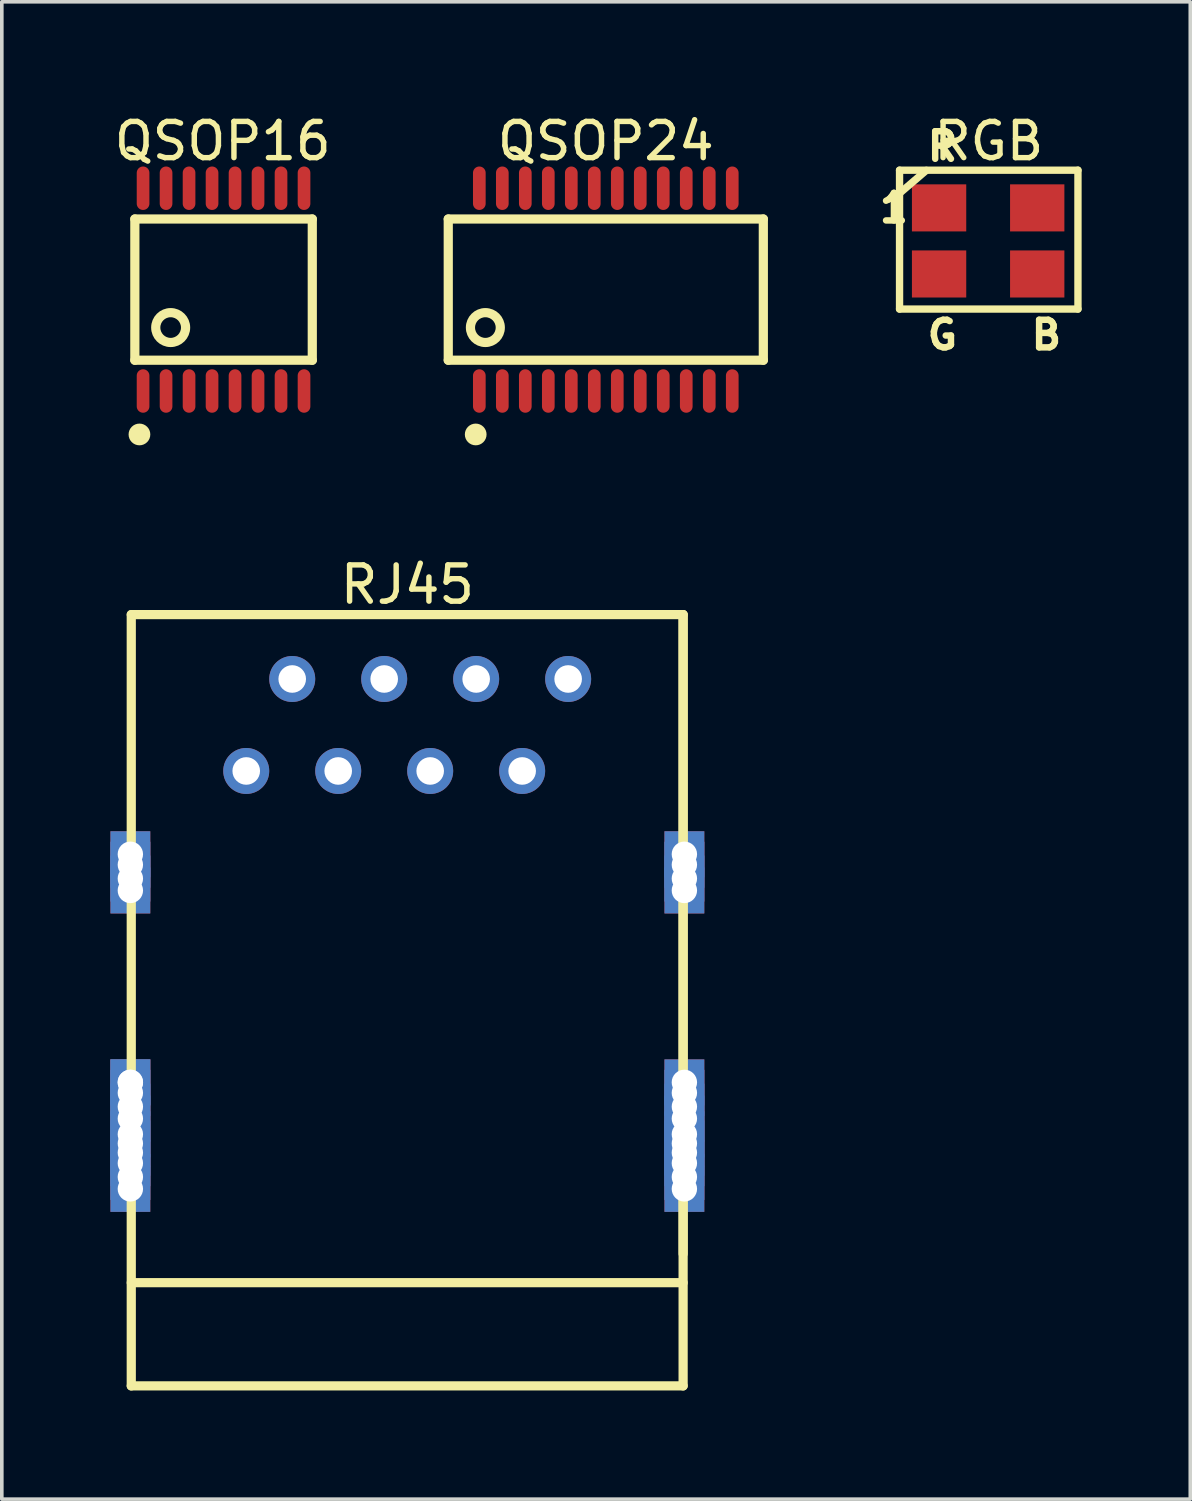
<source format=kicad_pcb>
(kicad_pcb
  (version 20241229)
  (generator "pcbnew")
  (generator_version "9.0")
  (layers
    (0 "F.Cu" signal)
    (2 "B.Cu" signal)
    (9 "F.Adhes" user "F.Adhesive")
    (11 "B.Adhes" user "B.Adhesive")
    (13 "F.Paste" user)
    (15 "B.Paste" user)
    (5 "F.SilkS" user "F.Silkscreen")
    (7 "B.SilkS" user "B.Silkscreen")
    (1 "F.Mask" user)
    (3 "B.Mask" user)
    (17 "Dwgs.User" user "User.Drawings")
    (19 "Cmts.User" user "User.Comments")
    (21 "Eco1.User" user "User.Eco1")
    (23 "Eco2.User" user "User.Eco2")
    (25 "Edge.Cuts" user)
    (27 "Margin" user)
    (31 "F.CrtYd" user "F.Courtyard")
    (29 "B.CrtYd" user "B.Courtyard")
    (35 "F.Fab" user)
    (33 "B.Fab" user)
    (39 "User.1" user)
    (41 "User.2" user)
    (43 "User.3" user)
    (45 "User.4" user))
  (footprint "RGB"
    (layer "F.Cu")
    (at 22.884 2.691)
    (property "Reference" "RGB" (at 1.372 -1.843 0) (layer "F.SilkS") (effects (font (size 1 1) (thickness 0.15))))
    (fp_line (start -1.092 -1.041) (end 3.835 -1.041) (stroke (width 0.203) (type solid)) (layer "F.SilkS"))
    (fp_line (start -1.092 2.794) (end -1.092 -1.041) (stroke (width 0.203) (type solid)) (layer "F.SilkS"))
    (fp_line (start -1.092 2.794) (end 3.835 2.794) (stroke (width 0.203) (type solid)) (layer "F.SilkS"))
    (fp_line (start -1.09 -0.404) (end -0.352 -1.037) (stroke (width 0.203) (type solid)) (layer "F.SilkS"))
    (fp_line (start 3.835 2.794) (end 3.835 -1.041) (stroke (width 0.203) (type solid)) (layer "F.SilkS"))
    (fp_text user "R" (at -0.406 -1.253 0) (unlocked yes) (layer "F.SilkS") (effects (font (size 0.762 0.762) (thickness 0.178)) (justify left bottom)))
    (fp_text user "1" (at -1.727 0.449 0) (unlocked yes) (layer "F.SilkS") (effects (font (size 0.762 0.762) (thickness 0.178)) (justify left bottom)))
    (fp_text user "G" (at -0.406 3.954 0) (unlocked yes) (layer "F.SilkS") (effects (font (size 0.762 0.762) (thickness 0.178)) (justify left bottom)))
    (fp_text user "B" (at 2.464 3.954 0) (unlocked yes) (layer "F.SilkS") (effects (font (size 0.762 0.762) (thickness 0.178)) (justify left bottom)))
    (pad "1" smd rect (at 0 0) (size 1.5 1.3) (layers "F.Cu" "F.Mask" "F.Paste"))
    (pad "2" smd rect (at 2.71 0) (size 1.5 1.3) (layers "F.Cu" "F.Mask" "F.Paste"))
    (pad "3" smd rect (at 0 1.825) (size 1.5 1.3) (layers "F.Cu" "F.Mask" "F.Paste"))
    (pad "4" smd rect (at 2.71 1.825) (size 1.5 1.3) (layers "F.Cu" "F.Mask" "F.Paste")))
  (footprint "QSOP24"
    (layer "F.Cu")
    (at 10.187 7.748)
    (property "Reference" "QSOP24" (at 3.493 -6.9 0) (layer "F.SilkS") (effects (font (size 1 1) (thickness 0.15))))
    (fp_line (start -0.858 -4.75) (end 7.843 -4.75) (stroke (width 0.254) (type solid)) (layer "F.SilkS"))
    (fp_line (start -0.858 -0.85) (end -0.858 -4.75) (stroke (width 0.254) (type solid)) (layer "F.SilkS"))
    (fp_line (start -0.858 -0.85) (end 7.843 -0.85) (stroke (width 0.254) (type solid)) (layer "F.SilkS"))
    (fp_line (start 7.843 -0.85) (end 7.843 -4.75) (stroke (width 0.254) (type solid)) (layer "F.SilkS"))
    (fp_circle (center -0.1 1.2) (end -0.1 1.05) (stroke (width 0.3) (type solid)) (fill no) (layer "F.SilkS"))
    (fp_circle (center 0.167 -1.752) (end 0.167 -2.164) (stroke (width 0.254) (type solid)) (fill no) (layer "F.SilkS"))
    (pad "1" smd oval (at 0 0 90) (size 1.2 0.35) (layers "F.Cu" "F.Mask" "F.Paste"))
    (pad "2" smd oval (at 0.635 0 90) (size 1.2 0.35) (layers "F.Cu" "F.Mask" "F.Paste"))
    (pad "3" smd oval (at 1.27 0 90) (size 1.2 0.35) (layers "F.Cu" "F.Mask" "F.Paste"))
    (pad "4" smd oval (at 1.905 0 90) (size 1.2 0.35) (layers "F.Cu" "F.Mask" "F.Paste"))
    (pad "5" smd oval (at 2.54 0 90) (size 1.2 0.35) (layers "F.Cu" "F.Mask" "F.Paste"))
    (pad "6" smd oval (at 3.175 0 90) (size 1.2 0.35) (layers "F.Cu" "F.Mask" "F.Paste"))
    (pad "7" smd oval (at 3.81 0 90) (size 1.2 0.35) (layers "F.Cu" "F.Mask" "F.Paste"))
    (pad "8" smd oval (at 4.445 0 90) (size 1.2 0.35) (layers "F.Cu" "F.Mask" "F.Paste"))
    (pad "9" smd oval (at 5.08 0 90) (size 1.2 0.35) (layers "F.Cu" "F.Mask" "F.Paste"))
    (pad "10" smd oval (at 5.715 0 90) (size 1.2 0.35) (layers "F.Cu" "F.Mask" "F.Paste"))
    (pad "11" smd oval (at 6.35 0 90) (size 1.2 0.35) (layers "F.Cu" "F.Mask" "F.Paste"))
    (pad "12" smd oval (at 6.985 0 90) (size 1.2 0.35) (layers "F.Cu" "F.Mask" "F.Paste"))
    (pad "13" smd oval (at 6.985 -5.6 90) (size 1.2 0.35) (layers "F.Cu" "F.Mask" "F.Paste"))
    (pad "14" smd oval (at 6.35 -5.6 90) (size 1.2 0.35) (layers "F.Cu" "F.Mask" "F.Paste"))
    (pad "15" smd oval (at 5.715 -5.6 90) (size 1.2 0.35) (layers "F.Cu" "F.Mask" "F.Paste"))
    (pad "16" smd oval (at 5.08 -5.6 90) (size 1.2 0.35) (layers "F.Cu" "F.Mask" "F.Paste"))
    (pad "17" smd oval (at 4.445 -5.6 90) (size 1.2 0.35) (layers "F.Cu" "F.Mask" "F.Paste"))
    (pad "18" smd oval (at 3.81 -5.6 90) (size 1.2 0.35) (layers "F.Cu" "F.Mask" "F.Paste"))
    (pad "19" smd oval (at 3.175 -5.6 90) (size 1.2 0.35) (layers "F.Cu" "F.Mask" "F.Paste"))
    (pad "20" smd oval (at 2.54 -5.6 90) (size 1.2 0.35) (layers "F.Cu" "F.Mask" "F.Paste"))
    (pad "21" smd oval (at 1.905 -5.6 90) (size 1.2 0.35) (layers "F.Cu" "F.Mask" "F.Paste"))
    (pad "22" smd oval (at 1.27 -5.6 90) (size 1.2 0.35) (layers "F.Cu" "F.Mask" "F.Paste"))
    (pad "23" smd oval (at 0.635 -5.6 90) (size 1.2 0.35) (layers "F.Cu" "F.Mask" "F.Paste"))
    (pad "24" smd oval (at 0 -5.6 90) (size 1.2 0.35) (layers "F.Cu" "F.Mask" "F.Paste")))
  (footprint "RJ45"
    (layer "F.Cu")
    (at 3.75 18.241)
    (property "Reference" "RJ45" (at 4.45 -5.145 0) (layer "F.SilkS") (effects (font (size 1 1) (thickness 0.15))))
    (fp_line (start -3.175 -4.318) (end 12.065 -4.318) (stroke (width 0.254) (type solid)) (layer "F.SilkS"))
    (fp_line (start -3.175 14.132) (end 12.065 14.132) (stroke (width 0.254) (type solid)) (layer "F.SilkS"))
    (fp_line (start -3.175 16.982) (end -3.175 -4.318) (stroke (width 0.254) (type solid)) (layer "F.SilkS"))
    (fp_line (start -3.175 16.982) (end 12.065 16.982) (stroke (width 0.254) (type solid)) (layer "F.SilkS"))
    (fp_line (start 12.065 13.335) (end 12.065 -4.318) (stroke (width 0.254) (type solid)) (layer "F.SilkS"))
    (fp_line (start 12.065 16.982) (end 12.065 -4.318) (stroke (width 0.254) (type solid)) (layer "F.SilkS"))
    (fp_circle (center -1.245 6.071) (end -1.245 4.42) (stroke (width 0.229) (type solid)) (fill no) (layer "User.1"))
    (fp_circle (center 10.262 6.071) (end 10.262 4.42) (stroke (width 0.229) (type solid)) (fill no) (layer "User.1"))
    (pad "0" thru_hole rect (at -3.2 2.3 180) (size 1.1 1.27) (drill 0.701) (layers "*.Cu" "*.Mask"))
    (pad "0" thru_hole rect (at -3.2 2.59 180) (size 1.1 1.27) (drill 0.701) (layers "*.Cu" "*.Mask"))
    (pad "0" thru_hole rect (at -3.2 2.971 180) (size 1.1 1.27) (drill 0.701) (layers "*.Cu" "*.Mask"))
    (pad "0" thru_hole rect (at -3.2 3.3 180) (size 1.1 1.27) (drill 0.701) (layers "*.Cu" "*.Mask"))
    (pad "0" thru_hole rect (at -3.2 8.6 180) (size 1.1 1.27) (drill 0.701) (layers "*.Cu" "*.Mask"))
    (pad "0" thru_hole rect (at -3.2 8.6 180) (size 1.1 1.27) (drill 0.701) (layers "*.Cu" "*.Mask"))
    (pad "0" thru_hole rect (at -3.2 8.89 180) (size 1.1 1.27) (drill 0.701) (layers "*.Cu" "*.Mask"))
    (pad "0" thru_hole rect (at -3.2 9.271 180) (size 1.1 1.27) (drill 0.701) (layers "*.Cu" "*.Mask"))
    (pad "0" thru_hole rect (at -3.2 9.6 180) (size 1.1 1.27) (drill 0.701) (layers "*.Cu" "*.Mask"))
    (pad "0" thru_hole rect (at -3.2 10.033 180) (size 1.1 1.27) (drill 0.701) (layers "*.Cu" "*.Mask"))
    (pad "0" thru_hole rect (at -3.2 10.287 180) (size 1.1 1.27) (drill 0.701) (layers "*.Cu" "*.Mask"))
    (pad "0" thru_hole rect (at -3.2 10.541 180) (size 1.1 1.27) (drill 0.701) (layers "*.Cu" "*.Mask"))
    (pad "0" thru_hole rect (at -3.2 10.831 180) (size 1.1 1.27) (drill 0.701) (layers "*.Cu" "*.Mask"))
    (pad "0" thru_hole rect (at -3.2 11.212 180) (size 1.1 1.27) (drill 0.701) (layers "*.Cu" "*.Mask"))
    (pad "0" thru_hole rect (at -3.2 11.541 180) (size 1.1 1.27) (drill 0.701) (layers "*.Cu" "*.Mask"))
    (pad "0" thru_hole rect (at 12.1 2.3 180) (size 1.1 1.27) (drill 0.701) (layers "*.Cu" "*.Mask"))
    (pad "0" thru_hole rect (at 12.1 2.59 180) (size 1.1 1.27) (drill 0.701) (layers "*.Cu" "*.Mask"))
    (pad "0" thru_hole rect (at 12.1 2.971 180) (size 1.1 1.27) (drill 0.701) (layers "*.Cu" "*.Mask"))
    (pad "0" thru_hole rect (at 12.1 3.3 180) (size 1.1 1.27) (drill 0.701) (layers "*.Cu" "*.Mask"))
    (pad "0" thru_hole rect (at 12.1 8.6 180) (size 1.1 1.27) (drill 0.701) (layers "*.Cu" "*.Mask"))
    (pad "0" thru_hole rect (at 12.1 8.89 180) (size 1.1 1.27) (drill 0.701) (layers "*.Cu" "*.Mask"))
    (pad "0" thru_hole rect (at 12.1 9.271 180) (size 1.1 1.27) (drill 0.701) (layers "*.Cu" "*.Mask"))
    (pad "0" thru_hole rect (at 12.1 9.6 180) (size 1.1 1.27) (drill 0.701) (layers "*.Cu" "*.Mask"))
    (pad "0" thru_hole rect (at 12.1 10.033 180) (size 1.1 1.27) (drill 0.701) (layers "*.Cu" "*.Mask"))
    (pad "0" thru_hole rect (at 12.1 10.287 180) (size 1.1 1.27) (drill 0.701) (layers "*.Cu" "*.Mask"))
    (pad "0" thru_hole rect (at 12.1 10.541 180) (size 1.1 1.27) (drill 0.701) (layers "*.Cu" "*.Mask"))
    (pad "0" thru_hole rect (at 12.1 10.831 180) (size 1.1 1.27) (drill 0.701) (layers "*.Cu" "*.Mask"))
    (pad "0" thru_hole rect (at 12.1 11.212 180) (size 1.1 1.27) (drill 0.701) (layers "*.Cu" "*.Mask"))
    (pad "0" thru_hole rect (at 12.1 11.541 180) (size 1.1 1.27) (drill 0.701) (layers "*.Cu" "*.Mask"))
    (pad "1" thru_hole circle (at 0 0 90) (size 1.27 1.27) (drill 0.762) (layers "*.Cu" "*.Mask"))
    (pad "2" thru_hole circle (at 1.27 -2.54 90) (size 1.27 1.27) (drill 0.762) (layers "*.Cu" "*.Mask"))
    (pad "3" thru_hole circle (at 2.54 0 90) (size 1.27 1.27) (drill 0.762) (layers "*.Cu" "*.Mask"))
    (pad "4" thru_hole circle (at 3.81 -2.54 90) (size 1.27 1.27) (drill 0.762) (layers "*.Cu" "*.Mask"))
    (pad "5" thru_hole circle (at 5.08 0 90) (size 1.27 1.27) (drill 0.762) (layers "*.Cu" "*.Mask"))
    (pad "6" thru_hole circle (at 6.35 -2.54 90) (size 1.27 1.27) (drill 0.762) (layers "*.Cu" "*.Mask"))
    (pad "7" thru_hole circle (at 7.62 0 90) (size 1.27 1.27) (drill 0.762) (layers "*.Cu" "*.Mask"))
    (pad "8" thru_hole circle (at 8.89 -2.54 90) (size 1.27 1.27) (drill 0.762) (layers "*.Cu" "*.Mask"))
    (zone (net_name "") (layers "F.Cu" "B.Cu") (hatch edge 0.5) (connect_pads) (min_thickness 0.25) (filled_areas_thickness no) (keepout (tracks not_allowed) (vias not_allowed) (pads not_allowed) (copperpour not_allowed) (footprints allowed)) (placement (enabled no)) (fill) (polygon (pts (xy 2.85 22.581) (xy 3.073 22.64) (xy 3.286 22.729) (xy 3.486 22.844) (xy 3.669 22.985) (xy 3.833 23.148) (xy 3.973 23.331) (xy 4.089 23.531) (xy 4.177 23.745) (xy 4.237 23.968) (xy 4.267 24.197) (xy 4.267 24.428) (xy 4.237 24.656) (xy 4.177 24.88) (xy 4.089 25.093) (xy 3.973 25.293) (xy 3.833 25.476) (xy 3.669 25.639) (xy 3.486 25.78) (xy 3.286 25.895) (xy 3.073 25.984) (xy 2.85 26.043) (xy 2.621 26.074) (xy 2.39 26.074) (xy 2.161 26.043) (xy 1.938 25.984) (xy 1.725 25.895) (xy 1.525 25.78) (xy 1.341 25.639) (xy 1.178 25.476) (xy 1.038 25.293) (xy 0.922 25.093) (xy 0.834 24.88) (xy 0.774 24.656) (xy 0.744 24.428) (xy 0.744 24.197) (xy 0.745 24.191) (xy 0.969 24.191) (xy 0.969 24.433) (xy 1.007 24.672) (xy 1.081 24.902) (xy 1.191 25.118) (xy 1.333 25.313) (xy 1.504 25.484) (xy 1.7 25.626) (xy 1.916 25.736) (xy 2.146 25.811) (xy 2.384 25.849) (xy 2.626 25.849) (xy 2.865 25.811) (xy 3.095 25.736) (xy 3.311 25.626) (xy 3.506 25.484) (xy 3.678 25.313) (xy 3.82 25.118) (xy 3.93 24.902) (xy 4.004 24.672) (xy 4.042 24.433) (xy 4.042 24.191) (xy 4.004 23.952) (xy 3.93 23.722) (xy 3.82 23.507) (xy 3.678 23.311) (xy 3.506 23.14) (xy 3.311 22.998) (xy 3.095 22.888) (xy 2.865 22.813) (xy 2.626 22.775) (xy 2.384 22.775) (xy 2.146 22.813) (xy 1.916 22.888) (xy 1.7 22.998) (xy 1.504 23.14) (xy 1.333 23.311) (xy 1.191 23.507) (xy 1.081 23.722) (xy 1.007 23.952) (xy 0.969 24.191) (xy 0.745 24.191) (xy 0.774 23.968) (xy 0.834 23.745) (xy 0.922 23.531) (xy 1.038 23.331) (xy 1.178 23.148) (xy 1.341 22.985) (xy 1.525 22.844) (xy 1.725 22.729) (xy 1.938 22.64) (xy 2.161 22.581) (xy 2.39 22.551) (xy 2.621 22.551))))
    (zone (net_name "") (layers "F.Cu" "B.Cu") (hatch edge 0.5) (connect_pads) (min_thickness 0.25) (filled_areas_thickness no) (keepout (tracks not_allowed) (vias not_allowed) (pads not_allowed) (copperpour not_allowed) (footprints allowed)) (placement (enabled no)) (fill) (polygon (pts (xy 14.356 22.581) (xy 14.579 22.64) (xy 14.792 22.729) (xy 14.992 22.844) (xy 15.176 22.985) (xy 15.339 23.148) (xy 15.479 23.331) (xy 15.595 23.531) (xy 15.683 23.745) (xy 15.743 23.968) (xy 15.773 24.197) (xy 15.773 24.428) (xy 15.743 24.656) (xy 15.683 24.88) (xy 15.595 25.093) (xy 15.479 25.293) (xy 15.339 25.476) (xy 15.176 25.639) (xy 14.992 25.78) (xy 14.792 25.895) (xy 14.579 25.984) (xy 14.356 26.043) (xy 14.127 26.074) (xy 13.896 26.074) (xy 13.667 26.043) (xy 13.444 25.984) (xy 13.231 25.895) (xy 13.031 25.78) (xy 12.848 25.639) (xy 12.684 25.476) (xy 12.544 25.293) (xy 12.428 25.093) (xy 12.34 24.88) (xy 12.28 24.656) (xy 12.25 24.428) (xy 12.25 24.197) (xy 12.251 24.191) (xy 12.475 24.191) (xy 12.475 24.433) (xy 12.513 24.672) (xy 12.587 24.902) (xy 12.697 25.118) (xy 12.839 25.313) (xy 13.011 25.484) (xy 13.206 25.626) (xy 13.422 25.736) (xy 13.652 25.811) (xy 13.891 25.849) (xy 14.133 25.849) (xy 14.371 25.811) (xy 14.601 25.736) (xy 14.817 25.626) (xy 15.013 25.484) (xy 15.184 25.313) (xy 15.326 25.118) (xy 15.436 24.902) (xy 15.51 24.672) (xy 15.548 24.433) (xy 15.548 24.191) (xy 15.51 23.952) (xy 15.436 23.722) (xy 15.326 23.507) (xy 15.184 23.311) (xy 15.013 23.14) (xy 14.817 22.998) (xy 14.601 22.888) (xy 14.371 22.813) (xy 14.133 22.775) (xy 13.891 22.775) (xy 13.652 22.813) (xy 13.422 22.888) (xy 13.206 22.998) (xy 13.011 23.14) (xy 12.839 23.311) (xy 12.697 23.507) (xy 12.587 23.722) (xy 12.513 23.952) (xy 12.475 24.191) (xy 12.251 24.191) (xy 12.28 23.968) (xy 12.34 23.745) (xy 12.428 23.531) (xy 12.544 23.331) (xy 12.684 23.148) (xy 12.848 22.985) (xy 13.031 22.844) (xy 13.231 22.729) (xy 13.444 22.64) (xy 13.667 22.581) (xy 13.896 22.551) (xy 14.127 22.551)))))
  (footprint "QSOP16"
    (layer "F.Cu")
    (at 0.901 7.748)
    (property "Reference" "QSOP16" (at 2.2 -6.9 0) (layer "F.SilkS") (effects (font (size 1 1) (thickness 0.15))))
    (fp_line (start -0.227 -4.75) (end 4.673 -4.75) (stroke (width 0.254) (type solid)) (layer "F.SilkS"))
    (fp_line (start -0.227 -0.85) (end -0.227 -4.75) (stroke (width 0.254) (type solid)) (layer "F.SilkS"))
    (fp_line (start -0.227 -0.85) (end 4.673 -0.85) (stroke (width 0.254) (type solid)) (layer "F.SilkS"))
    (fp_line (start 4.673 -0.85) (end 4.673 -4.75) (stroke (width 0.254) (type solid)) (layer "F.SilkS"))
    (fp_circle (center -0.1 1.2) (end -0.1 1.05) (stroke (width 0.3) (type solid)) (fill no) (layer "F.SilkS"))
    (fp_circle (center 0.762 -1.752) (end 0.762 -2.164) (stroke (width 0.254) (type solid)) (fill no) (layer "F.SilkS"))
    (pad "1" smd oval (at 0 0) (size 0.35 1.2) (layers "F.Cu" "F.Mask" "F.Paste"))
    (pad "2" smd oval (at 0.635 0) (size 0.35 1.2) (layers "F.Cu" "F.Mask" "F.Paste"))
    (pad "3" smd oval (at 1.27 0) (size 0.35 1.2) (layers "F.Cu" "F.Mask" "F.Paste"))
    (pad "4" smd oval (at 1.905 0) (size 0.35 1.2) (layers "F.Cu" "F.Mask" "F.Paste"))
    (pad "5" smd oval (at 2.54 0) (size 0.35 1.2) (layers "F.Cu" "F.Mask" "F.Paste"))
    (pad "6" smd oval (at 3.175 0) (size 0.35 1.2) (layers "F.Cu" "F.Mask" "F.Paste"))
    (pad "7" smd oval (at 3.81 0) (size 0.35 1.2) (layers "F.Cu" "F.Mask" "F.Paste"))
    (pad "8" smd oval (at 4.445 0) (size 0.35 1.2) (layers "F.Cu" "F.Mask" "F.Paste"))
    (pad "9" smd oval (at 4.445 -5.6) (size 0.35 1.2) (layers "F.Cu" "F.Mask" "F.Paste"))
    (pad "10" smd oval (at 3.81 -5.6) (size 0.35 1.2) (layers "F.Cu" "F.Mask" "F.Paste"))
    (pad "11" smd oval (at 3.175 -5.6) (size 0.35 1.2) (layers "F.Cu" "F.Mask" "F.Paste"))
    (pad "12" smd oval (at 2.54 -5.6) (size 0.35 1.2) (layers "F.Cu" "F.Mask" "F.Paste"))
    (pad "13" smd oval (at 1.905 -5.6) (size 0.35 1.2) (layers "F.Cu" "F.Mask" "F.Paste"))
    (pad "14" smd oval (at 1.27 -5.6) (size 0.35 1.2) (layers "F.Cu" "F.Mask" "F.Paste"))
    (pad "15" smd oval (at 0.635 -5.6) (size 0.35 1.2) (layers "F.Cu" "F.Mask" "F.Paste"))
    (pad "16" smd oval (at 0 -5.6) (size 0.35 1.2) (layers "F.Cu" "F.Mask" "F.Paste")))
  (gr_rect
    (start -3 -3)
    (end 29.821 38.35)
    (stroke (width 0.1) (type default))
    (fill no)
    (layer "Edge.Cuts")))
</source>
